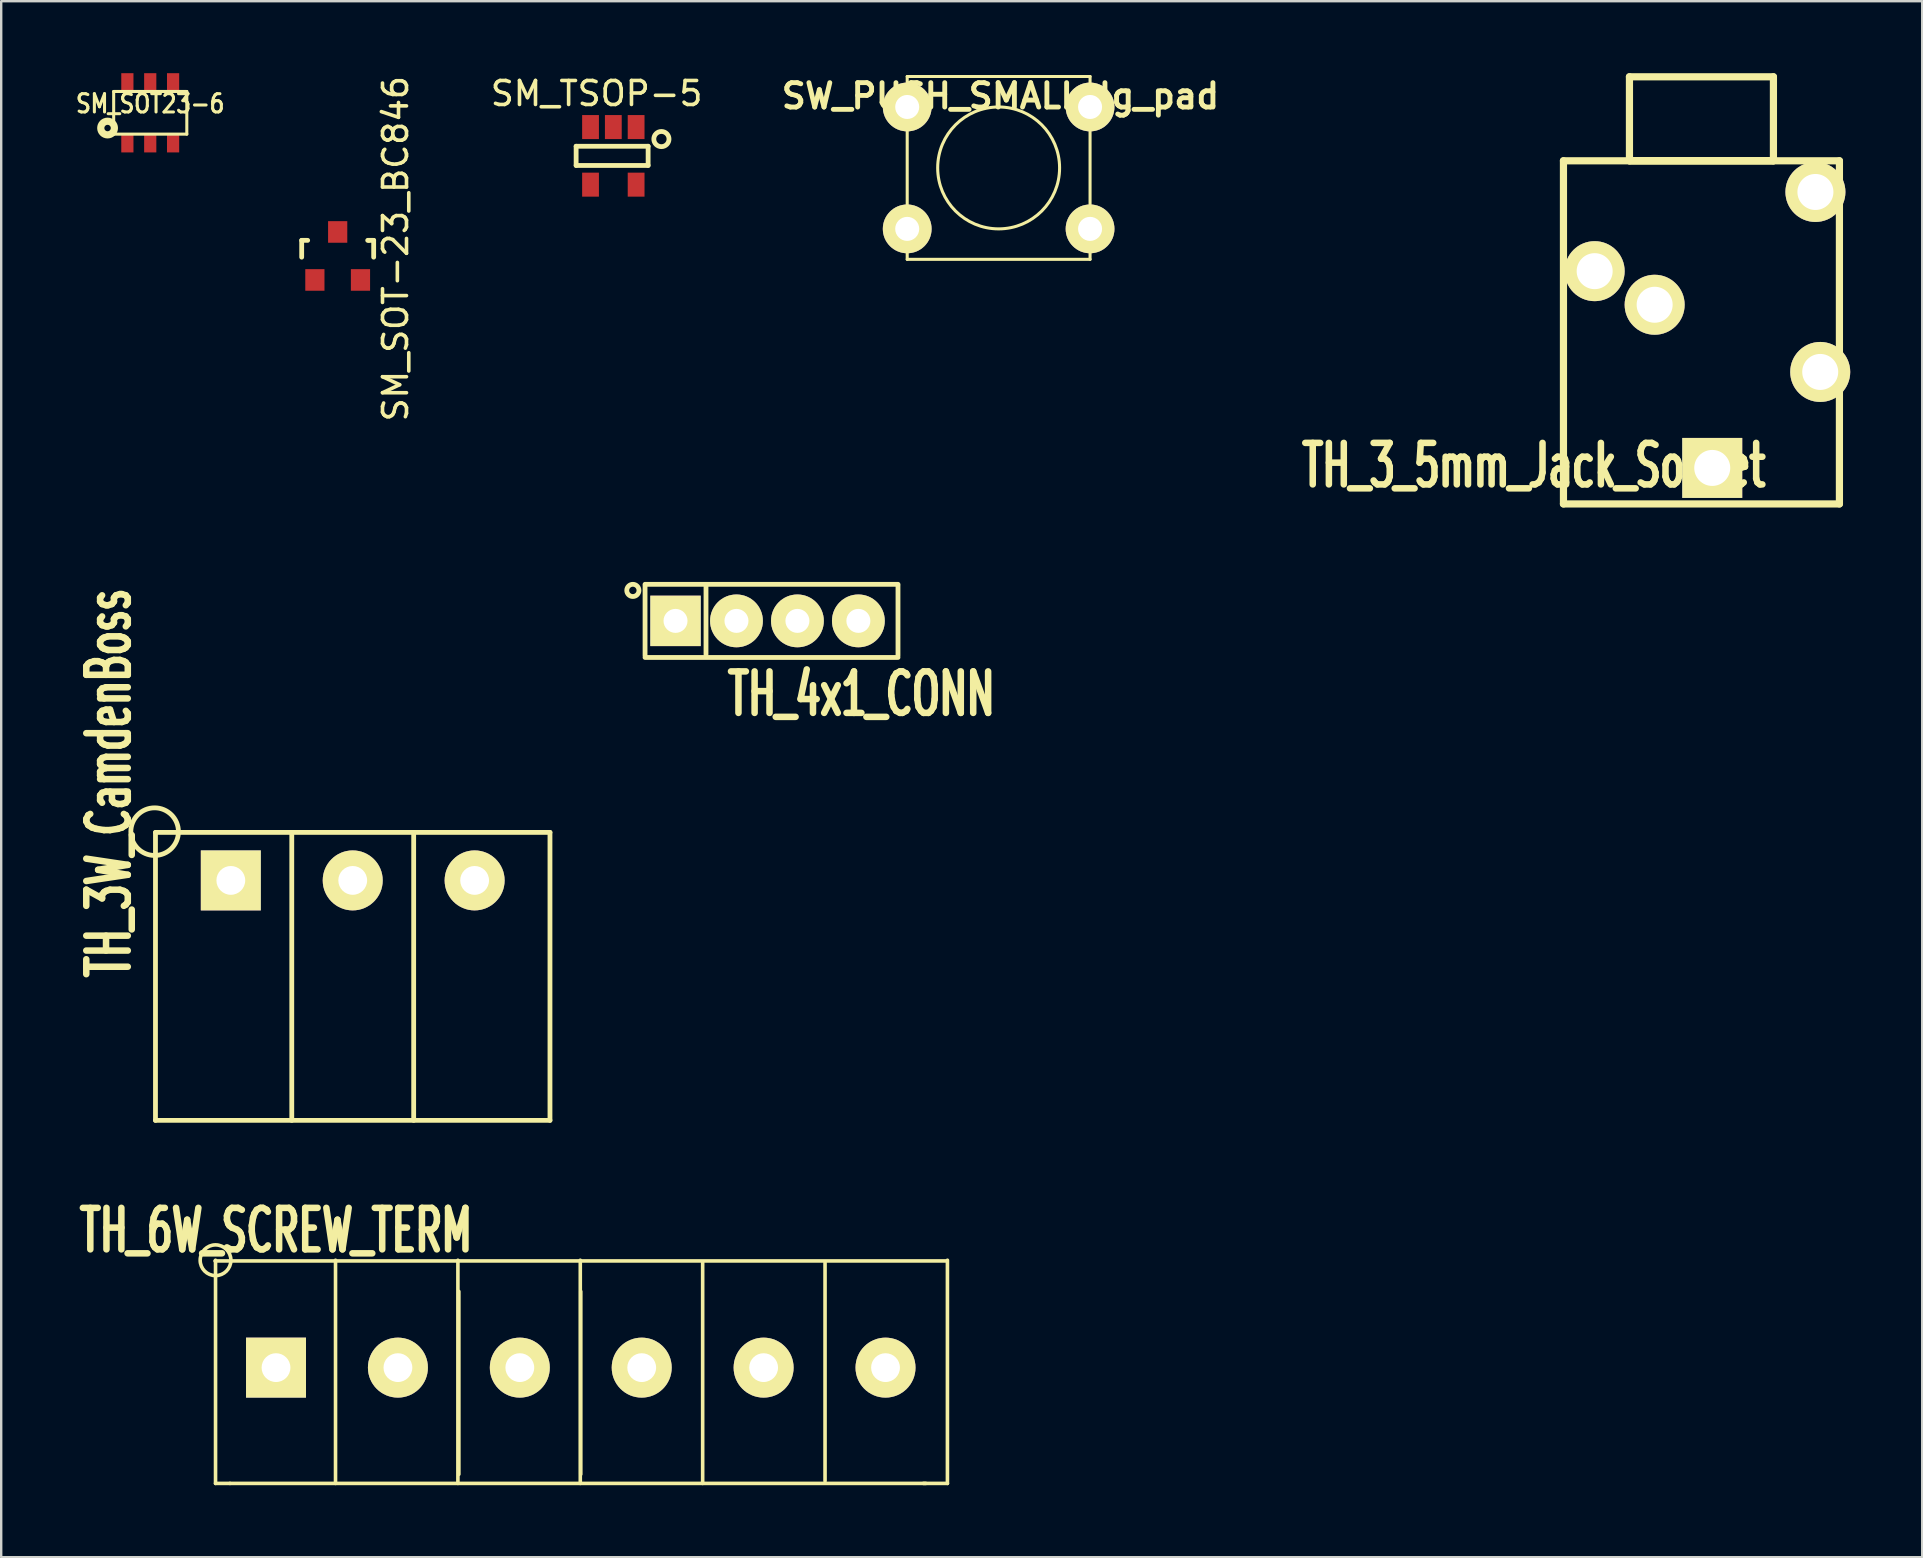
<source format=kicad_pcb>
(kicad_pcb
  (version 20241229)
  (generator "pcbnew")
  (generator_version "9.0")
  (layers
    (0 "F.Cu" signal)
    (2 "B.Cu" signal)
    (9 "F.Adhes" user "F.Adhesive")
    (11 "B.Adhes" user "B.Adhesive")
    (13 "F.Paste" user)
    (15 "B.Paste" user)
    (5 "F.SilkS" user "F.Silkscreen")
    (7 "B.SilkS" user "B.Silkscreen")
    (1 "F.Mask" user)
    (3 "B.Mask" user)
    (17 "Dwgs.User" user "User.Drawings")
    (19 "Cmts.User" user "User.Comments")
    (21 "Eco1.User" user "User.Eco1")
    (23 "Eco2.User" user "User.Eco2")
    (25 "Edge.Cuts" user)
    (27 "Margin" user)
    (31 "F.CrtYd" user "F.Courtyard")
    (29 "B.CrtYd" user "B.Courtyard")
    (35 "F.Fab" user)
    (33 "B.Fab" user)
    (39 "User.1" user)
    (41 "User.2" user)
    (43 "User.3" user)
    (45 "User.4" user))
  (footprint "TH_3W_CamdenBoss"
    (layer "F.Cu")
    (at 11.649 33.639)
    (property "Reference" "TH_3W_CamdenBoss" (at -10.16 -4.064 270) (layer "F.SilkS") (effects (font (size 1.73 1.087) (thickness 0.272))))
    (attr through_hole)
    (fp_line (start -8.22 -2) (end 8.22 -2) (stroke (width 0.2) (type solid)) (layer "F.SilkS"))
    (fp_line (start -8.22 10) (end -8.22 -2) (stroke (width 0.2) (type solid)) (layer "F.SilkS"))
    (fp_line (start -2.54 -2) (end -2.54 10) (stroke (width 0.2) (type solid)) (layer "F.SilkS"))
    (fp_line (start 2.54 -2) (end 2.54 10) (stroke (width 0.2) (type solid)) (layer "F.SilkS"))
    (fp_line (start 8.22 -2) (end 8.22 10) (stroke (width 0.2) (type solid)) (layer "F.SilkS"))
    (fp_line (start 8.22 10) (end -8.22 10) (stroke (width 0.2) (type solid)) (layer "F.SilkS"))
    (fp_circle (center -8.255 -2.032) (end -8.89 -2.794) (stroke (width 0.2) (type solid)) (fill no) (layer "F.SilkS"))
    (pad "1" thru_hole rect (at -5.08 0) (size 2.499 2.499) (drill 1.2) (layers "*.Cu" "*.Mask" "F.SilkS"))
    (pad "2" thru_hole circle (at 0 0) (size 2.499 2.499) (drill 1.2) (layers "*.Cu" "*.Mask" "F.SilkS"))
    (pad "3" thru_hole circle (at 5.08 0) (size 2.499 2.499) (drill 1.2) (layers "*.Cu" "*.Mask" "F.SilkS")))
  (footprint "SM_SOT-23_BC846"
    (layer "F.Cu")
    (at 11.022 7.616)
    (property "Reference" "SM_SOT-23_BC846" (at 2.413 -0.301 90) (layer "F.SilkS") (effects (font (size 1 1) (thickness 0.15))))
    (attr smd)
    (fp_line (start -1.5 -0.65) (end -1.251 -0.65) (stroke (width 0.2) (type solid)) (layer "F.SilkS"))
    (fp_line (start -1.5 0.051) (end -1.5 -0.65) (stroke (width 0.2) (type solid)) (layer "F.SilkS"))
    (fp_line (start 1.299 -0.65) (end 1.251 -0.65) (stroke (width 0.2) (type solid)) (layer "F.SilkS"))
    (fp_line (start 1.299 -0.65) (end 1.5 -0.65) (stroke (width 0.2) (type solid)) (layer "F.SilkS"))
    (fp_line (start 1.5 -0.65) (end 1.5 0.051) (stroke (width 0.2) (type solid)) (layer "F.SilkS"))
    (pad "1" smd rect (at -0.95 1) (size 0.8 0.9) (layers "F.Cu" "F.Mask" "F.Paste"))
    (pad "2" smd rect (at 0.95 1) (size 0.8 0.9) (layers "F.Cu" "F.Mask" "F.Paste"))
    (pad "3" smd rect (at 0 -1) (size 0.8 0.9) (layers "F.Cu" "F.Mask" "F.Paste")))
  (footprint "TH_3_5mm_Jack_Socket"
    (layer "F.Cu")
    (at 62.104 17.95)
    (property "Reference" "TH_3_5mm_Jack_Socket" (at -1.235 -1.6 180) (layer "F.SilkS") (effects (font (size 1.73 1.087) (thickness 0.272))))
    (attr through_hole)
    (fp_line (start 0 -14.3) (end 0 0) (stroke (width 0.3) (type solid)) (layer "F.SilkS"))
    (fp_line (start 0 0) (end 11.5 0) (stroke (width 0.3) (type solid)) (layer "F.SilkS"))
    (fp_line (start 2.75 -17.8) (end 8.75 -17.8) (stroke (width 0.3) (type solid)) (layer "F.SilkS"))
    (fp_line (start 2.75 -14.3) (end 2.75 -17.8) (stroke (width 0.3) (type solid)) (layer "F.SilkS"))
    (fp_line (start 2.75 -14.3) (end 8.75 -14.3) (stroke (width 0.3) (type solid)) (layer "F.SilkS"))
    (fp_line (start 8.75 -17.8) (end 8.75 -14.3) (stroke (width 0.3) (type solid)) (layer "F.SilkS"))
    (fp_line (start 8.75 -14.3) (end 2.75 -14.3) (stroke (width 0.3) (type solid)) (layer "F.SilkS"))
    (fp_line (start 11.5 -14.3) (end 0 -14.3) (stroke (width 0.3) (type solid)) (layer "F.SilkS"))
    (fp_line (start 11.5 0) (end 11.5 -14.3) (stroke (width 0.3) (type solid)) (layer "F.SilkS"))
    (pad "1" thru_hole rect (at 6.2 -1.5) (size 2.499 2.499) (drill 1.5) (layers "*.Cu" "*.Mask" "F.SilkS"))
    (pad "2" thru_hole circle (at 10.7 -5.5) (size 2.5 2.5) (drill 1.5) (layers "*.Cu" "*.Mask" "F.SilkS"))
    (pad "3" thru_hole circle (at 1.3 -9.7) (size 2.5 2.5) (drill 1.5) (layers "*.Cu" "*.Mask" "F.SilkS"))
    (pad "4" thru_hole circle (at 10.5 -13) (size 2.5 2.5) (drill 1.5) (layers "*.Cu" "*.Mask" "F.SilkS"))
    (pad "5" thru_hole circle (at 3.8 -8.3) (size 2.5 2.5) (drill 1.5) (layers "*.Cu" "*.Mask" "F.SilkS")))
  (footprint "SW_PUSH_SMALL_lg_pad"
    (layer "F.Cu")
    (at 38.566 3.948)
    (property "Reference" "SW_PUSH_SMALL_lg_pad" (at 0.076 -2.997 0) (layer "F.SilkS") (effects (font (size 1.016 1.016) (thickness 0.203))))
    (attr through_hole)
    (fp_line (start -3.81 -3.81) (end -3.81 3.81) (stroke (width 0.127) (type solid)) (layer "F.SilkS"))
    (fp_line (start -3.81 -3.81) (end 3.81 -3.81) (stroke (width 0.127) (type solid)) (layer "F.SilkS"))
    (fp_line (start 3.81 -3.81) (end 3.81 3.81) (stroke (width 0.127) (type solid)) (layer "F.SilkS"))
    (fp_line (start 3.81 3.81) (end -3.81 3.81) (stroke (width 0.127) (type solid)) (layer "F.SilkS"))
    (fp_circle (center 0 0) (end 0 -2.54) (stroke (width 0.127) (type solid)) (fill no) (layer "F.SilkS"))
    (pad "1" thru_hole circle (at -3.81 -2.54) (size 2.032 2.032) (drill 1.001) (layers "*.Cu" "*.Mask" "F.SilkS"))
    (pad "1" thru_hole circle (at 3.81 -2.54) (size 2.032 2.032) (drill 1.001) (layers "*.Cu" "*.Mask" "F.SilkS"))
    (pad "2" thru_hole circle (at -3.81 2.54) (size 2.032 2.032) (drill 1.001) (layers "*.Cu" "*.Mask" "F.SilkS"))
    (pad "2" thru_hole circle (at 3.81 2.54) (size 2.032 2.032) (drill 1.001) (layers "*.Cu" "*.Mask" "F.SilkS")))
  (footprint "SM_SOT23-6"
    (layer "F.Cu")
    (at 2.576 1.651)
    (property "Reference" "SM_SOT23-6" (at 0.635 -0.381 0) (layer "F.SilkS") (effects (font (size 0.762 0.635) (thickness 0.127))))
    (attr smd)
    (fp_line (start -0.889 -0.889) (end 2.159 -0.889) (stroke (width 0.127) (type solid)) (layer "F.SilkS"))
    (fp_line (start -0.889 0.889) (end -0.889 -0.889) (stroke (width 0.127) (type solid)) (layer "F.SilkS"))
    (fp_line (start 2.159 -0.889) (end 2.159 0.889) (stroke (width 0.127) (type solid)) (layer "F.SilkS"))
    (fp_line (start 2.159 0.889) (end -0.889 0.889) (stroke (width 0.127) (type solid)) (layer "F.SilkS"))
    (fp_circle (center -1.143 0.635) (end -1.016 0.381) (stroke (width 0.3) (type solid)) (fill no) (layer "F.SilkS"))
    (pad "1" smd rect (at -0.318 1.27) (size 0.508 0.762) (layers "F.Cu" "F.Mask" "F.Paste"))
    (pad "2" smd rect (at 0.635 1.27) (size 0.508 0.762) (layers "F.Cu" "F.Mask" "F.Paste"))
    (pad "3" smd rect (at 1.587 1.27) (size 0.508 0.762) (layers "F.Cu" "F.Mask" "F.Paste"))
    (pad "4" smd rect (at 1.587 -1.27) (size 0.508 0.762) (layers "F.Cu" "F.Mask" "F.Paste"))
    (pad "5" smd rect (at 0.635 -1.27) (size 0.508 0.762) (layers "F.Cu" "F.Mask" "F.Paste"))
    (pad "6" smd rect (at -0.318 -1.27) (size 0.508 0.762) (layers "F.Cu" "F.Mask" "F.Paste")))
  (footprint "SM_TSOP-5"
    (layer "F.Cu")
    (at 21.559 2.245)
    (property "Reference" "SM_TSOP-5" (at 0.254 -1.397 180) (layer "F.SilkS") (effects (font (size 1 1) (thickness 0.15))))
    (attr smd)
    (fp_line (start -0.6 0.8) (end 2.4 0.8) (stroke (width 0.2) (type solid)) (layer "F.SilkS"))
    (fp_line (start -0.6 1.6) (end -0.6 0.8) (stroke (width 0.2) (type solid)) (layer "F.SilkS"))
    (fp_line (start 2.4 0.8) (end 2.4 1.6) (stroke (width 0.2) (type solid)) (layer "F.SilkS"))
    (fp_line (start 2.4 1.6) (end -0.6 1.6) (stroke (width 0.2) (type solid)) (layer "F.SilkS"))
    (fp_circle (center 2.954 0.5) (end 3.054 0.8) (stroke (width 0.2) (type solid)) (fill no) (layer "F.SilkS"))
    (pad "1" smd rect (at 1.9 0) (size 0.7 1) (layers "F.Cu" "F.Mask" "F.Paste"))
    (pad "2" smd rect (at 0.95 0) (size 0.7 1) (layers "F.Cu" "F.Mask" "F.Paste"))
    (pad "3" smd rect (at 0 0) (size 0.7 1) (layers "F.Cu" "F.Mask" "F.Paste"))
    (pad "4" smd rect (at 0 2.4) (size 0.7 1) (layers "F.Cu" "F.Mask" "F.Paste"))
    (pad "5" smd rect (at 1.9 2.4) (size 0.7 1) (layers "F.Cu" "F.Mask" "F.Paste")))
  (footprint "TH_6W_SCREW_TERM"
    (layer "F.Cu")
    (at 13.532 50.768)
    (property "Reference" "TH_6W_SCREW_TERM" (at -5.08 -2.54 0) (layer "F.SilkS") (effects (font (size 1.73 1.087) (thickness 0.272))))
    (attr through_hole)
    (fp_line (start -7.62 -1.27) (end 22.86 -1.27) (stroke (width 0.15) (type solid)) (layer "F.SilkS"))
    (fp_line (start -7.6 8) (end -7.6 -1.3) (stroke (width 0.15) (type solid)) (layer "F.SilkS"))
    (fp_line (start -7 8) (end -7.6 8) (stroke (width 0.15) (type solid)) (layer "F.SilkS"))
    (fp_line (start -7 8) (end 22 8) (stroke (width 0.15) (type solid)) (layer "F.SilkS"))
    (fp_line (start -2.6 -1.3) (end -2.6 8) (stroke (width 0.15) (type solid)) (layer "F.SilkS"))
    (fp_line (start 2.5 8) (end 2.5 -1.3) (stroke (width 0.15) (type solid)) (layer "F.SilkS"))
    (fp_line (start 2.54 0) (end 2.54 7.62) (stroke (width 0.15) (type solid)) (layer "F.SilkS"))
    (fp_line (start 7.6 -1.3) (end 7.6 8) (stroke (width 0.15) (type solid)) (layer "F.SilkS"))
    (fp_line (start 7.62 0) (end 7.62 7.62) (stroke (width 0.15) (type solid)) (layer "F.SilkS"))
    (fp_line (start 12.7 8) (end 12.7 -1.2) (stroke (width 0.15) (type solid)) (layer "F.SilkS"))
    (fp_line (start 17.8 -1.2) (end 17.8 7.9) (stroke (width 0.15) (type solid)) (layer "F.SilkS"))
    (fp_line (start 21.9 8) (end 22.9 8) (stroke (width 0.15) (type solid)) (layer "F.SilkS"))
    (fp_line (start 22.9 8) (end 22.9 -1.3) (stroke (width 0.15) (type solid)) (layer "F.SilkS"))
    (fp_circle (center -7.6 -1.3) (end -7.2 -0.8) (stroke (width 0.15) (type solid)) (fill no) (layer "F.SilkS"))
    (pad "1" thru_hole rect (at -5.08 3.175) (size 2.499 2.499) (drill 1.2) (layers "*.Cu" "*.Mask" "F.SilkS"))
    (pad "2" thru_hole circle (at 0 3.175) (size 2.499 2.499) (drill 1.2) (layers "*.Cu" "*.Mask" "F.SilkS"))
    (pad "3" thru_hole circle (at 5.08 3.175) (size 2.499 2.499) (drill 1.2) (layers "*.Cu" "*.Mask" "F.SilkS"))
    (pad "4" thru_hole circle (at 10.16 3.175) (size 2.499 2.499) (drill 1.2) (layers "*.Cu" "*.Mask" "F.SilkS"))
    (pad "5" thru_hole circle (at 15.24 3.175) (size 2.499 2.499) (drill 1.2) (layers "*.Cu" "*.Mask" "F.SilkS"))
    (pad "6" thru_hole circle (at 20.32 3.175) (size 2.499 2.499) (drill 1.2) (layers "*.Cu" "*.Mask" "F.SilkS")))
  (footprint "TH_4x1_CONN"
    (layer "F.Cu")
    (at 25.228 22.951)
    (property "Reference" "TH_4x1_CONN" (at 7.62 2.921 0) (layer "F.SilkS") (effects (font (size 1.73 1.087) (thickness 0.272))))
    (attr through_hole)
    (fp_line (start -1.397 -1.651) (end 9.144 -1.651) (stroke (width 0.2) (type solid)) (layer "F.SilkS"))
    (fp_line (start -1.397 -1.6) (end -1.397 1.321) (stroke (width 0.2) (type solid)) (layer "F.SilkS"))
    (fp_line (start -1.397 1.397) (end 9.144 1.397) (stroke (width 0.2) (type solid)) (layer "F.SilkS"))
    (fp_line (start 1.143 -1.6) (end 1.143 1.27) (stroke (width 0.2) (type solid)) (layer "F.SilkS"))
    (fp_line (start 9.144 -1.6) (end 9.144 1.321) (stroke (width 0.2) (type solid)) (layer "F.SilkS"))
    (fp_circle (center -1.905 -1.397) (end -1.651 -1.397) (stroke (width 0.2) (type solid)) (fill no) (layer "F.SilkS"))
    (pad "1" thru_hole rect (at -0.127 -0.127) (size 2.101 2.101) (drill 1) (layers "*.Cu" "*.Mask" "F.SilkS"))
    (pad "2" thru_hole circle (at 2.413 -0.127) (size 2.2 2.2) (drill 1) (layers "*.Cu" "*.Mask" "F.SilkS"))
    (pad "3" thru_hole circle (at 4.953 -0.127) (size 2.2 2.2) (drill 1) (layers "*.Cu" "*.Mask" "F.SilkS"))
    (pad "4" thru_hole circle (at 7.493 -0.127) (size 2.2 2.2) (drill 1) (layers "*.Cu" "*.Mask" "F.SilkS")))
  (gr_rect
    (start -3 -3)
    (end 77.054 61.843)
    (stroke (width 0.1) (type default))
    (fill no)
    (layer "Edge.Cuts")))
</source>
